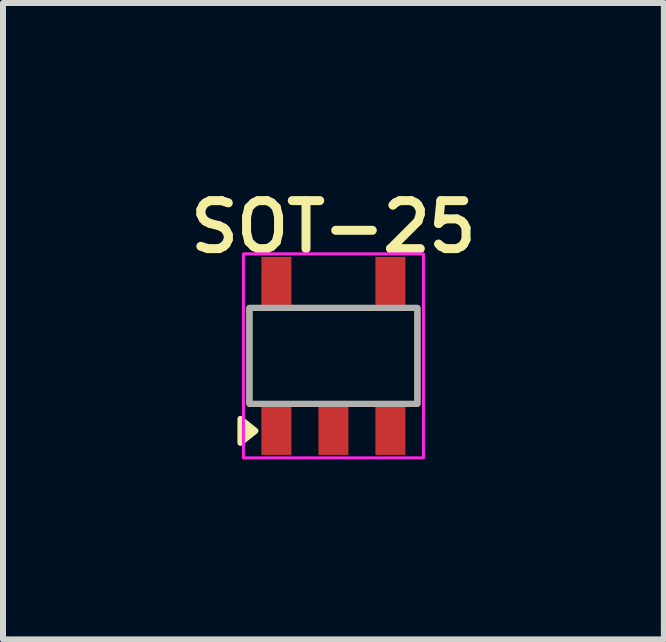
<source format=kicad_pcb>
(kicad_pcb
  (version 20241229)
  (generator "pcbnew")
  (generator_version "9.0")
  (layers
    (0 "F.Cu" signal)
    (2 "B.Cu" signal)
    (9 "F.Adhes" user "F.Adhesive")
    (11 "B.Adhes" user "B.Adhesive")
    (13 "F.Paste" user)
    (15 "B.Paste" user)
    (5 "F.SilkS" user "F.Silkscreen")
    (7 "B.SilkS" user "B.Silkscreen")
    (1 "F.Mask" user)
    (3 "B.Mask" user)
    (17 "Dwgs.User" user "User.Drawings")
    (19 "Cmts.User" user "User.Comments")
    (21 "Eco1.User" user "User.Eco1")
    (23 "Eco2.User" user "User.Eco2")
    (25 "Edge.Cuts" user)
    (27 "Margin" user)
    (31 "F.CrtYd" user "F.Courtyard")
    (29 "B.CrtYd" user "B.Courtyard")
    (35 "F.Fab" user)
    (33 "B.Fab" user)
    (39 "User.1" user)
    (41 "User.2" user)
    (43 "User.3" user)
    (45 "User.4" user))
  (footprint "SOT-25"
    (layer "F.Cu")
    (at 2.507 2.881)
    (property "Reference" "SOT-25" (at 0 -2.15 0) (unlocked yes) (layer "F.SilkS") (effects (font (size 0.8 0.8) (thickness 0.15))))
    (attr smd)
    (fp_rect (start -1.4 -0.8) (end 1.4 0.8) (stroke (width 0.1) (type default)) (fill no) (layer "F.SilkS"))
    (fp_poly (pts (xy -1.3 1.25) (xy -1.55 1.05) (xy -1.55 1.45)) (stroke (width 0.1) (type solid)) (fill yes) (layer "F.SilkS"))
    (fp_rect (start -1.5 -1.7) (end 1.5 1.7) (stroke (width 0.05) (type default)) (fill no) (layer "F.CrtYd"))
    (fp_rect (start -1.4 -0.8) (end 1.4 0.8) (stroke (width 0.1) (type default)) (fill no) (layer "F.Fab"))
    (pad "1" smd rect (at -0.95 1.25) (size 0.5 0.8) (layers "F.Cu" "F.Mask" "F.Paste"))
    (pad "2" smd rect (at 0 1.25) (size 0.5 0.8) (layers "F.Cu" "F.Mask" "F.Paste"))
    (pad "3" smd rect (at 0.95 1.25) (size 0.5 0.8) (layers "F.Cu" "F.Mask" "F.Paste"))
    (pad "4" smd rect (at 0.95 -1.25) (size 0.5 0.8) (layers "F.Cu" "F.Mask" "F.Paste"))
    (pad "5" smd rect (at -0.95 -1.25) (size 0.5 0.8) (layers "F.Cu" "F.Mask" "F.Paste")))
  (gr_rect
    (start -3 -3)
    (end 8.014 7.606)
    (stroke (width 0.1) (type default))
    (fill no)
    (layer "Edge.Cuts")))
</source>
